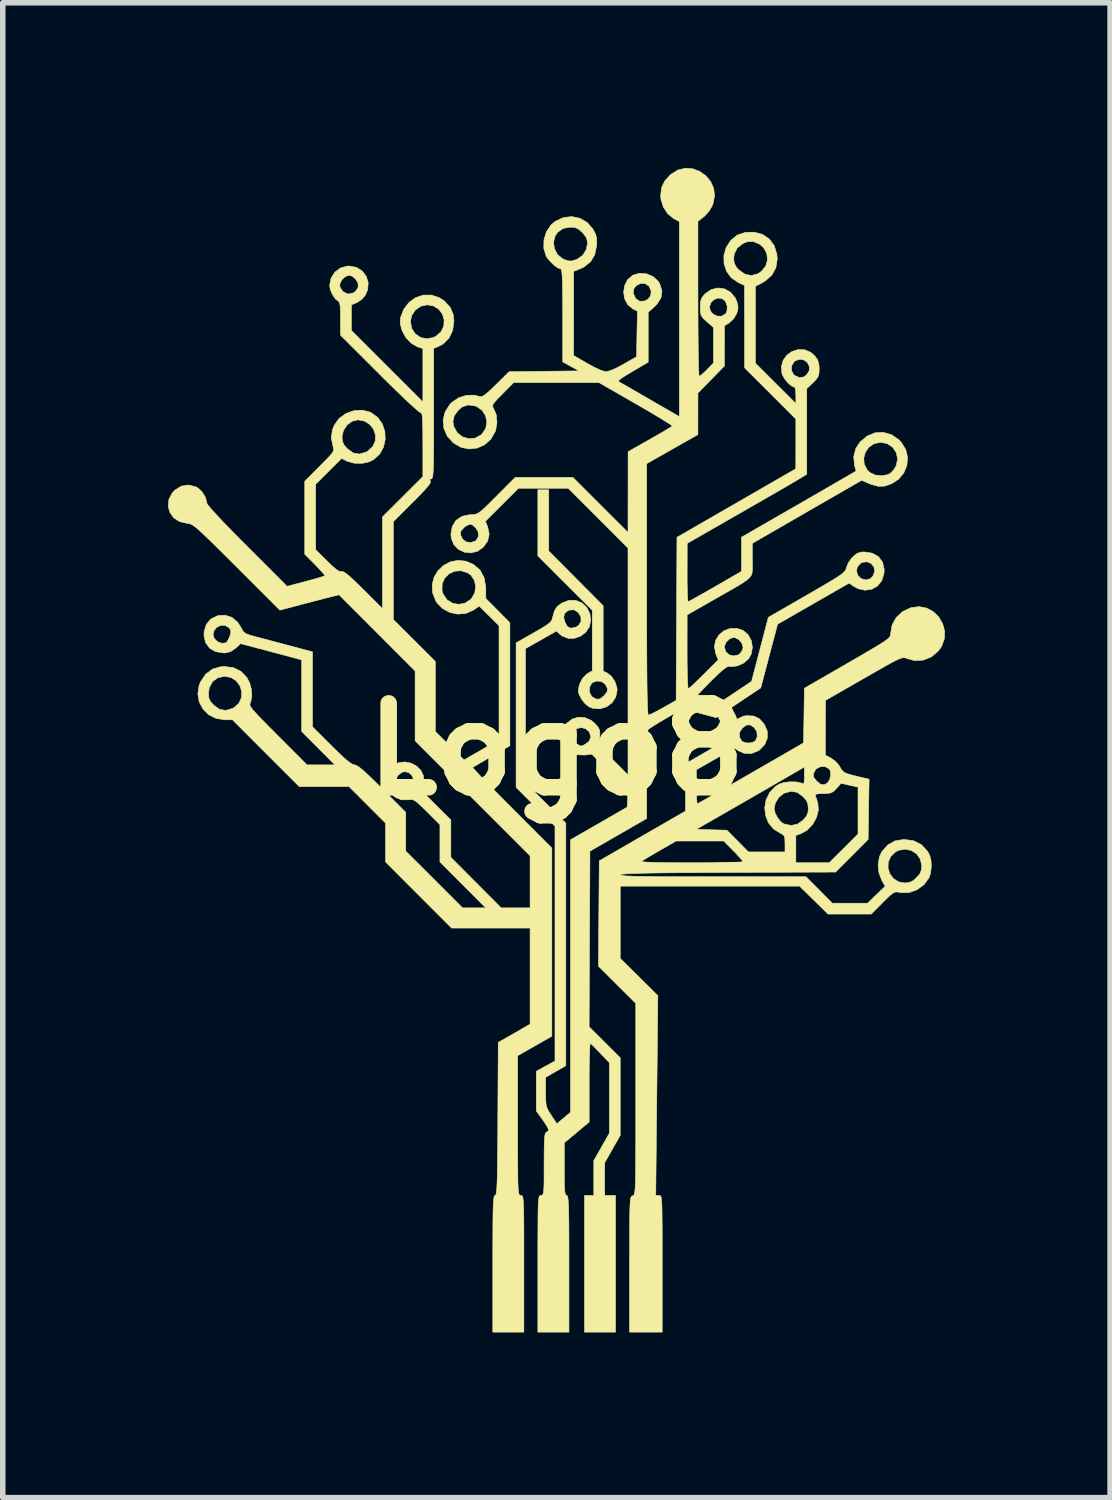
<source format=kicad_pcb>
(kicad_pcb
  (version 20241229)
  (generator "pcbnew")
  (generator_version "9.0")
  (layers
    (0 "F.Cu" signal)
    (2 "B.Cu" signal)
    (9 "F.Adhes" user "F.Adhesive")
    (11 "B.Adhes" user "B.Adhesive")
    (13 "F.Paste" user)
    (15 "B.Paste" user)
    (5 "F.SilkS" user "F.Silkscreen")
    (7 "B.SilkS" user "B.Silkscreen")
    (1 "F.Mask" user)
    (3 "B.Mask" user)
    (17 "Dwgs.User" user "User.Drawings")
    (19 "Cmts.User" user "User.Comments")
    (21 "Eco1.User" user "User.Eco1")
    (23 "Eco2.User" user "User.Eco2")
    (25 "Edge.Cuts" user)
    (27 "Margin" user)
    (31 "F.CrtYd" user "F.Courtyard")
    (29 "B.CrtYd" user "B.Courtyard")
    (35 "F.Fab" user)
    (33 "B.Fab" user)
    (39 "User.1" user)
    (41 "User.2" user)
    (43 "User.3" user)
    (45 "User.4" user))
  (footprint "Logo8"
    (layer "F.Cu")
    (at 7.056 10.557)
    (property "Reference" "Logo8" (at 0 0 0) (layer "F.SilkS") (effects (font (size 1.524 1.524) (thickness 0.3))))
    (attr through_hole)
    (fp_poly (pts (xy -0.141 -3.6) (xy 0.353 -3.104) (xy 0.847 -2.607) (xy 0.847 -1.42) (xy 0.917 -1.388) (xy 0.997 -1.326) (xy 1.061 -1.229) (xy 1.097 -1.119) (xy 1.101 -1.077) (xy 1.076 -0.95) (xy 1.008 -0.846) (xy 0.909 -0.772) (xy 0.791 -0.736) (xy 0.665 -0.743) (xy 0.594 -0.77) (xy 0.52 -0.827) (xy 0.453 -0.913) (xy 0.407 -1.004) (xy 0.395 -1.063) (xy 0.406 -1.124) (xy 0.598 -1.124) (xy 0.598 -1.038) (xy 0.636 -0.964) (xy 0.655 -0.947) (xy 0.729 -0.909) (xy 0.791 -0.916) (xy 0.86 -0.97) (xy 0.862 -0.972) (xy 0.918 -1.042) (xy 0.926 -1.104) (xy 0.889 -1.177) (xy 0.887 -1.179) (xy 0.822 -1.229) (xy 0.737 -1.241) (xy 0.657 -1.214) (xy 0.637 -1.197) (xy 0.598 -1.124) (xy 0.406 -1.124) (xy 0.416 -1.177) (xy 0.471 -1.285) (xy 0.546 -1.366) (xy 0.563 -1.376) (xy 0.649 -1.425) (xy 0.649 -1.976) (xy 0.649 -2.526) (xy -0.339 -3.513) (xy -0.339 -4.713) (xy -0.141 -4.713) (xy -0.141 -3.6)) (stroke (width 0.01) (type solid)) (fill yes) (layer "F.SilkS"))
    (fp_poly (pts (xy 6.724 -2.564) (xy 6.845 -2.497) (xy 6.943 -2.4) (xy 7.012 -2.28) (xy 7.048 -2.147) (xy 7.043 -2.008) (xy 6.994 -1.872) (xy 6.935 -1.787) (xy 6.805 -1.678) (xy 6.657 -1.619) (xy 6.5 -1.612) (xy 6.368 -1.648) (xy 6.339 -1.659) (xy 6.312 -1.664) (xy 6.279 -1.661) (xy 6.234 -1.647) (xy 6.171 -1.619) (xy 6.085 -1.575) (xy 5.97 -1.511) (xy 5.819 -1.425) (xy 5.626 -1.315) (xy 5.579 -1.288) (xy 4.884 -0.889) (xy 4.883 -0.391) (xy 4.882 0.107) (xy 4.986 0.161) (xy 5.068 0.221) (xy 5.134 0.299) (xy 5.14 0.31) (xy 5.172 0.366) (xy 5.205 0.404) (xy 5.252 0.432) (xy 5.325 0.457) (xy 5.437 0.486) (xy 5.47 0.494) (xy 5.676 0.543) (xy 5.667 1.09) (xy 5.659 1.636) (xy 5.363 1.933) (xy 5.067 2.229) (xy 3.122 2.236) (xy 2.727 2.238) (xy 2.385 2.24) (xy 2.093 2.242) (xy 1.848 2.245) (xy 1.646 2.248) (xy 1.484 2.252) (xy 1.36 2.256) (xy 1.269 2.261) (xy 1.208 2.266) (xy 1.174 2.273) (xy 1.164 2.279) (xy 1.172 2.287) (xy 1.204 2.293) (xy 1.263 2.299) (xy 1.354 2.303) (xy 1.478 2.307) (xy 1.641 2.309) (xy 1.845 2.312) (xy 2.094 2.313) (xy 2.391 2.314) (xy 2.741 2.314) (xy 2.842 2.314) (xy 4.531 2.314) (xy 4.77 2.554) (xy 5.008 2.794) (xy 5.649 2.794) (xy 5.968 2.488) (xy 5.905 2.376) (xy 5.854 2.24) (xy 5.846 2.157) (xy 6.02 2.157) (xy 6.053 2.261) (xy 6.119 2.349) (xy 6.215 2.408) (xy 6.325 2.427) (xy 6.41 2.418) (xy 6.48 2.382) (xy 6.536 2.331) (xy 6.6 2.257) (xy 6.627 2.186) (xy 6.632 2.12) (xy 6.608 1.998) (xy 6.542 1.902) (xy 6.447 1.838) (xy 6.334 1.813) (xy 6.216 1.833) (xy 6.159 1.861) (xy 6.07 1.945) (xy 6.024 2.047) (xy 6.02 2.157) (xy 5.846 2.157) (xy 5.84 2.091) (xy 5.864 1.95) (xy 5.906 1.86) (xy 6.017 1.736) (xy 6.149 1.662) (xy 6.307 1.637) (xy 6.313 1.637) (xy 6.483 1.66) (xy 6.622 1.729) (xy 6.732 1.846) (xy 6.773 1.916) (xy 6.8 2.012) (xy 6.806 2.133) (xy 6.791 2.254) (xy 6.763 2.334) (xy 6.672 2.458) (xy 6.548 2.549) (xy 6.406 2.6) (xy 6.261 2.604) (xy 6.233 2.599) (xy 6.185 2.59) (xy 6.146 2.593) (xy 6.104 2.614) (xy 6.049 2.66) (xy 5.97 2.736) (xy 5.923 2.783) (xy 5.716 2.992) (xy 4.931 2.992) (xy 4.413 2.484) (xy 1.157 2.484) (xy 1.157 3.797) (xy 1.499 4.135) (xy 1.84 4.473) (xy 1.821 6.287) (xy 1.802 8.1) (xy 1.861 8.1) (xy 1.875 8.101) (xy 1.886 8.107) (xy 1.896 8.123) (xy 1.903 8.154) (xy 1.909 8.205) (xy 1.913 8.281) (xy 1.916 8.387) (xy 1.917 8.527) (xy 1.919 8.707) (xy 1.919 8.931) (xy 1.919 9.205) (xy 1.919 9.342) (xy 1.919 10.583) (xy 1.326 10.583) (xy 1.326 9.353) (xy 1.327 9.058) (xy 1.327 8.814) (xy 1.328 8.616) (xy 1.329 8.46) (xy 1.332 8.34) (xy 1.336 8.252) (xy 1.341 8.19) (xy 1.347 8.15) (xy 1.356 8.127) (xy 1.367 8.114) (xy 1.38 8.109) (xy 1.383 8.108) (xy 1.394 8.104) (xy 1.404 8.095) (xy 1.413 8.078) (xy 1.419 8.048) (xy 1.425 8.001) (xy 1.429 7.932) (xy 1.433 7.838) (xy 1.435 7.715) (xy 1.437 7.557) (xy 1.438 7.362) (xy 1.439 7.125) (xy 1.439 6.841) (xy 1.439 6.507) (xy 1.439 6.353) (xy 1.439 4.613) (xy 0.761 3.937) (xy 0.776 2.037) (xy 1.54 2.037) (xy 1.56 2.042) (xy 1.631 2.048) (xy 1.745 2.052) (xy 1.897 2.056) (xy 2.081 2.058) (xy 2.289 2.06) (xy 2.45 2.06) (xy 2.673 2.06) (xy 2.878 2.058) (xy 3.057 2.055) (xy 3.203 2.052) (xy 3.311 2.048) (xy 3.373 2.043) (xy 3.387 2.04) (xy 3.368 2.012) (xy 3.318 1.955) (xy 3.247 1.878) (xy 3.211 1.842) (xy 3.036 1.665) (xy 2.172 1.665) (xy 1.869 1.839) (xy 1.75 1.908) (xy 1.649 1.968) (xy 1.576 2.013) (xy 1.54 2.036) (xy 1.54 2.037) (xy 0.776 2.037) (xy 0.776 2.025) (xy 1.559 1.573) (xy 1.767 1.453) (xy 2.536 1.453) (xy 2.815 1.461) (xy 3.094 1.469) (xy 3.289 1.666) (xy 3.484 1.863) (xy 4.149 1.863) (xy 4.149 1.711) (xy 4.146 1.621) (xy 4.133 1.571) (xy 4.125 1.564) (xy 4.346 1.564) (xy 4.346 2.06) (xy 4.952 2.06) (xy 5.214 1.8) (xy 5.475 1.539) (xy 5.475 0.686) (xy 5.321 0.652) (xy 5.167 0.617) (xy 5.083 0.711) (xy 5.029 0.766) (xy 4.976 0.793) (xy 4.903 0.803) (xy 4.842 0.804) (xy 4.752 0.807) (xy 4.708 0.817) (xy 4.699 0.837) (xy 4.702 0.847) (xy 4.722 0.903) (xy 4.745 0.979) (xy 4.746 0.98) (xy 4.755 1.107) (xy 4.72 1.24) (xy 4.65 1.365) (xy 4.552 1.467) (xy 4.443 1.529) (xy 4.346 1.564) (xy 4.125 1.564) (xy 4.102 1.542) (xy 4.067 1.525) (xy 3.939 1.445) (xy 3.848 1.333) (xy 3.796 1.201) (xy 3.783 1.078) (xy 3.951 1.078) (xy 3.971 1.162) (xy 4.02 1.252) (xy 4.084 1.326) (xy 4.128 1.354) (xy 4.26 1.383) (xy 4.377 1.358) (xy 4.476 1.287) (xy 4.539 1.213) (xy 4.567 1.143) (xy 4.572 1.072) (xy 4.563 0.986) (xy 4.529 0.917) (xy 4.476 0.858) (xy 4.371 0.782) (xy 4.259 0.762) (xy 4.136 0.796) (xy 4.12 0.805) (xy 4.034 0.876) (xy 3.973 0.977) (xy 3.951 1.078) (xy 3.783 1.078) (xy 3.781 1.058) (xy 3.806 0.916) (xy 3.869 0.786) (xy 3.972 0.677) (xy 4.045 0.631) (xy 4.13 0.603) (xy 4.24 0.59) (xy 4.351 0.592) (xy 4.437 0.61) (xy 4.449 0.615) (xy 4.478 0.626) (xy 4.494 0.612) (xy 4.5 0.56) (xy 4.501 0.483) (xy 4.501 0.447) (xy 4.663 0.447) (xy 4.67 0.508) (xy 4.724 0.578) (xy 4.726 0.58) (xy 4.799 0.637) (xy 4.862 0.644) (xy 4.916 0.614) (xy 4.96 0.552) (xy 4.979 0.469) (xy 4.971 0.391) (xy 4.95 0.354) (xy 4.877 0.315) (xy 4.791 0.316) (xy 4.717 0.354) (xy 4.701 0.373) (xy 4.663 0.447) (xy 4.501 0.447) (xy 4.501 0.321) (xy 3.895 0.672) (xy 3.699 0.785) (xy 3.495 0.903) (xy 3.295 1.018) (xy 3.111 1.124) (xy 2.959 1.211) (xy 2.912 1.238) (xy 2.536 1.453) (xy 1.767 1.453) (xy 2.342 1.122) (xy 2.342 0.261) (xy 3.117 -0.186) (xy 3.137 -0.301) (xy 3.319 -0.301) (xy 3.325 -0.216) (xy 3.365 -0.148) (xy 3.418 -0.121) (xy 3.495 -0.114) (xy 3.571 -0.129) (xy 3.613 -0.155) (xy 3.645 -0.234) (xy 3.637 -0.323) (xy 3.589 -0.397) (xy 3.585 -0.4) (xy 3.512 -0.444) (xy 3.447 -0.44) (xy 3.375 -0.386) (xy 3.37 -0.381) (xy 3.319 -0.301) (xy 3.137 -0.301) (xy 3.139 -0.311) (xy 3.186 -0.446) (xy 3.273 -0.545) (xy 3.393 -0.602) (xy 3.447 -0.611) (xy 3.579 -0.605) (xy 3.684 -0.555) (xy 3.774 -0.454) (xy 3.827 -0.33) (xy 3.828 -0.203) (xy 3.78 -0.085) (xy 3.686 0.012) (xy 3.66 0.029) (xy 3.533 0.078) (xy 3.404 0.071) (xy 3.314 0.031) (xy 3.226 -0.022) (xy 2.54 0.371) (xy 2.54 0.68) (xy 2.541 0.804) (xy 2.545 0.904) (xy 2.551 0.969) (xy 2.557 0.988) (xy 2.585 0.974) (xy 2.655 0.935) (xy 2.764 0.874) (xy 2.906 0.794) (xy 3.075 0.697) (xy 3.267 0.587) (xy 3.475 0.467) (xy 3.53 0.435) (xy 4.486 -0.117) (xy 4.501 -1.11) (xy 5.285 -1.562) (xy 5.501 -1.687) (xy 5.673 -1.788) (xy 5.806 -1.867) (xy 5.905 -1.928) (xy 5.976 -1.975) (xy 6.022 -2.011) (xy 6.049 -2.04) (xy 6.063 -2.065) (xy 6.067 -2.089) (xy 6.068 -2.109) (xy 6.094 -2.26) (xy 6.169 -2.394) (xy 6.285 -2.501) (xy 6.433 -2.571) (xy 6.433 -2.571) (xy 6.585 -2.591) (xy 6.724 -2.564)) (stroke (width 0.01) (type solid)) (fill yes) (layer "F.SilkS"))
    (fp_poly (pts (xy -3.635 -8.753) (xy -3.529 -8.686) (xy -3.455 -8.589) (xy -3.42 -8.472) (xy -3.43 -8.345) (xy -3.472 -8.246) (xy -3.537 -8.171) (xy -3.62 -8.115) (xy -3.627 -8.112) (xy -3.725 -8.071) (xy -3.725 -7.605) (xy -2.427 -6.308) (xy -2.427 -7.277) (xy -2.524 -7.309) (xy -2.636 -7.372) (xy -2.732 -7.473) (xy -2.802 -7.597) (xy -2.838 -7.728) (xy -2.836 -7.768) (xy -2.653 -7.768) (xy -2.629 -7.641) (xy -2.564 -7.543) (xy -2.469 -7.479) (xy -2.356 -7.455) (xy -2.236 -7.478) (xy -2.185 -7.504) (xy -2.094 -7.587) (xy -2.047 -7.689) (xy -2.041 -7.798) (xy -2.072 -7.902) (xy -2.137 -7.991) (xy -2.233 -8.051) (xy -2.347 -8.072) (xy -2.465 -8.046) (xy -2.564 -7.977) (xy -2.63 -7.877) (xy -2.653 -7.768) (xy -2.836 -7.768) (xy -2.833 -7.838) (xy -2.772 -7.995) (xy -2.676 -8.118) (xy -2.554 -8.204) (xy -2.416 -8.249) (xy -2.27 -8.249) (xy -2.127 -8.201) (xy -2.032 -8.138) (xy -1.927 -8.021) (xy -1.873 -7.886) (xy -1.863 -7.776) (xy -1.886 -7.607) (xy -1.953 -7.467) (xy -2.059 -7.361) (xy -2.152 -7.312) (xy -2.23 -7.283) (xy -2.23 -6.097) (xy -2.23 -5.806) (xy -2.23 -5.566) (xy -2.232 -5.373) (xy -2.234 -5.221) (xy -2.237 -5.107) (xy -2.241 -5.024) (xy -2.247 -4.967) (xy -2.254 -4.933) (xy -2.263 -4.916) (xy -2.274 -4.911) (xy -2.275 -4.911) (xy -2.305 -4.901) (xy -2.291 -4.874) (xy -2.288 -4.851) (xy -2.31 -4.81) (xy -2.361 -4.747) (xy -2.444 -4.657) (xy -2.563 -4.534) (xy -2.612 -4.486) (xy -2.963 -4.135) (xy -2.963 -2.356) (xy -2.201 -1.595) (xy -2.201 -0.323) (xy -1.94 -0.065) (xy -1.679 0.193) (xy -1.044 -0.174) (xy -1.044 -2.245) (xy -1.403 -2.601) (xy -1.51 -2.528) (xy -1.645 -2.468) (xy -1.793 -2.455) (xy -1.939 -2.486) (xy -2.071 -2.557) (xy -2.175 -2.666) (xy -2.193 -2.696) (xy -2.251 -2.845) (xy -2.253 -2.887) (xy -2.079 -2.887) (xy -2.059 -2.818) (xy -1.99 -2.717) (xy -1.892 -2.654) (xy -1.778 -2.633) (xy -1.663 -2.654) (xy -1.56 -2.721) (xy -1.545 -2.736) (xy -1.485 -2.84) (xy -1.468 -2.956) (xy -1.491 -3.068) (xy -1.553 -3.162) (xy -1.613 -3.205) (xy -1.736 -3.243) (xy -1.853 -3.234) (xy -1.954 -3.186) (xy -2.032 -3.107) (xy -2.077 -3.005) (xy -2.079 -2.887) (xy -2.253 -2.887) (xy -2.258 -2.99) (xy -2.223 -3.126) (xy -2.153 -3.244) (xy -2.053 -3.338) (xy -1.931 -3.403) (xy -1.794 -3.431) (xy -1.648 -3.417) (xy -1.504 -3.355) (xy -1.387 -3.252) (xy -1.314 -3.115) (xy -1.285 -2.943) (xy -1.285 -2.915) (xy -1.284 -2.739) (xy -1.065 -2.519) (xy -0.847 -2.299) (xy -0.847 -0.064) (xy -1.178 0.127) (xy -1.301 0.198) (xy -1.405 0.259) (xy -1.481 0.304) (xy -1.52 0.327) (xy -1.523 0.329) (xy -1.506 0.351) (xy -1.454 0.408) (xy -1.371 0.496) (xy -1.261 0.61) (xy -1.128 0.746) (xy -0.977 0.899) (xy -0.811 1.065) (xy -0.81 1.067) (xy -0.085 1.793) (xy -0.085 5.21) (xy -0.395 5.387) (xy -0.706 5.564) (xy -0.706 6.832) (xy -0.706 7.132) (xy -0.705 7.381) (xy -0.704 7.583) (xy -0.703 7.743) (xy -0.701 7.866) (xy -0.697 7.957) (xy -0.692 8.021) (xy -0.686 8.062) (xy -0.678 8.086) (xy -0.668 8.096) (xy -0.655 8.1) (xy -0.649 8.1) (xy -0.636 8.101) (xy -0.624 8.108) (xy -0.615 8.126) (xy -0.608 8.159) (xy -0.603 8.213) (xy -0.599 8.292) (xy -0.596 8.402) (xy -0.594 8.547) (xy -0.593 8.732) (xy -0.593 8.962) (xy -0.593 9.243) (xy -0.593 9.342) (xy -0.593 10.583) (xy -1.157 10.583) (xy -1.157 9.342) (xy -1.157 9.041) (xy -1.156 8.792) (xy -1.155 8.591) (xy -1.153 8.431) (xy -1.15 8.31) (xy -1.145 8.221) (xy -1.14 8.16) (xy -1.133 8.123) (xy -1.124 8.104) (xy -1.115 8.1) (xy -1.105 8.094) (xy -1.097 8.074) (xy -1.09 8.035) (xy -1.085 7.973) (xy -1.08 7.883) (xy -1.076 7.761) (xy -1.073 7.603) (xy -1.071 7.403) (xy -1.068 7.158) (xy -1.066 6.863) (xy -1.066 6.711) (xy -1.058 5.322) (xy -0.769 5.157) (xy -0.48 4.991) (xy -0.48 3.246) (xy -1.905 3.246) (xy -3.104 2.046) (xy -3.104 1.341) (xy -3.767 0.677) (xy -4.671 0.677) (xy -5.278 0.071) (xy -5.884 -0.536) (xy -6.021 -0.536) (xy -6.181 -0.561) (xy -6.316 -0.629) (xy -6.42 -0.732) (xy -6.488 -0.86) (xy -6.513 -1.005) (xy -6.511 -1.02) (xy -6.321 -1.02) (xy -6.314 -0.933) (xy -6.283 -0.866) (xy -6.226 -0.802) (xy -6.119 -0.726) (xy -6.006 -0.706) (xy -5.885 -0.742) (xy -5.852 -0.76) (xy -5.765 -0.841) (xy -5.721 -0.941) (xy -5.717 -1.049) (xy -5.749 -1.153) (xy -5.814 -1.242) (xy -5.909 -1.304) (xy -6.026 -1.326) (xy -6.148 -1.301) (xy -6.244 -1.232) (xy -6.304 -1.126) (xy -6.321 -1.02) (xy -6.511 -1.02) (xy -6.491 -1.157) (xy -6.463 -1.228) (xy -6.369 -1.366) (xy -6.244 -1.458) (xy -6.091 -1.501) (xy -6.031 -1.504) (xy -5.867 -1.483) (xy -5.733 -1.417) (xy -5.627 -1.31) (xy -5.573 -1.208) (xy -5.54 -1.085) (xy -5.533 -0.962) (xy -5.553 -0.86) (xy -5.56 -0.847) (xy -5.568 -0.826) (xy -5.567 -0.801) (xy -5.552 -0.769) (xy -5.52 -0.725) (xy -5.465 -0.662) (xy -5.385 -0.577) (xy -5.274 -0.464) (xy -5.129 -0.318) (xy -5.062 -0.25) (xy -4.53 0.282) (xy -4.023 0.282) (xy -4.326 -0.022) (xy -4.628 -0.325) (xy -4.628 -1.624) (xy -5.182 -1.772) (xy -5.736 -1.919) (xy -5.832 -1.834) (xy -5.921 -1.773) (xy -6.013 -1.751) (xy -6.042 -1.75) (xy -6.188 -1.773) (xy -6.3 -1.837) (xy -6.373 -1.939) (xy -6.402 -2.07) (xy -6.401 -2.082) (xy -6.237 -2.082) (xy -6.213 -2.01) (xy -6.155 -1.954) (xy -6.08 -1.925) (xy -6.007 -1.933) (xy -5.995 -1.941) (xy -5.966 -1.98) (xy -5.935 -2.048) (xy -5.931 -2.058) (xy -5.913 -2.13) (xy -5.923 -2.177) (xy -5.945 -2.206) (xy -6.017 -2.251) (xy -6.098 -2.251) (xy -6.172 -2.215) (xy -6.223 -2.149) (xy -6.237 -2.082) (xy -6.401 -2.082) (xy -6.399 -2.137) (xy -6.359 -2.27) (xy -6.276 -2.367) (xy -6.151 -2.427) (xy -6.145 -2.429) (xy -6.017 -2.436) (xy -5.894 -2.394) (xy -5.791 -2.309) (xy -5.735 -2.221) (xy -5.692 -2.145) (xy -5.643 -2.101) (xy -5.563 -2.072) (xy -5.542 -2.066) (xy -5.469 -2.046) (xy -5.354 -2.016) (xy -5.208 -1.977) (xy -5.045 -1.934) (xy -4.918 -1.9) (xy -4.431 -1.77) (xy -4.431 -0.408) (xy -4.085 -0.063) (xy -3.945 0.074) (xy -3.838 0.173) (xy -3.76 0.237) (xy -3.703 0.273) (xy -3.668 0.282) (xy -3.633 0.293) (xy -3.58 0.327) (xy -3.505 0.388) (xy -3.404 0.481) (xy -3.272 0.609) (xy -3.168 0.713) (xy -2.738 1.144) (xy -2.738 1.496) (xy -2.738 1.849) (xy -2.222 2.364) (xy -1.707 2.879) (xy -1.285 2.879) (xy -1.701 2.462) (xy -2.117 2.045) (xy -2.117 1.368) (xy -2.352 1.133) (xy -2.454 1.033) (xy -2.525 0.968) (xy -2.576 0.93) (xy -2.617 0.914) (xy -2.656 0.913) (xy -2.686 0.917) (xy -2.816 0.917) (xy -2.929 0.871) (xy -3.02 0.79) (xy -3.08 0.685) (xy -3.096 0.602) (xy -2.924 0.602) (xy -2.894 0.67) (xy -2.835 0.716) (xy -2.758 0.732) (xy -2.679 0.71) (xy -2.648 0.687) (xy -2.603 0.617) (xy -2.599 0.539) (xy -2.63 0.469) (xy -2.686 0.42) (xy -2.76 0.406) (xy -2.81 0.419) (xy -2.876 0.47) (xy -2.911 0.521) (xy -2.924 0.602) (xy -3.096 0.602) (xy -3.103 0.566) (xy -3.081 0.443) (xy -3.057 0.394) (xy -2.973 0.297) (xy -2.87 0.244) (xy -2.758 0.229) (xy -2.646 0.25) (xy -2.545 0.301) (xy -2.465 0.38) (xy -2.416 0.481) (xy -2.408 0.601) (xy -2.418 0.651) (xy -2.446 0.758) (xy -2.183 1.02) (xy -1.919 1.283) (xy -1.919 1.961) (xy -1.462 2.42) (xy -1.005 2.879) (xy -0.48 2.879) (xy -0.48 1.933) (xy -1.524 0.889) (xy -2.568 -0.155) (xy -2.568 -1.423) (xy -3.948 -2.806) (xy -4.126 -2.762) (xy -4.224 -2.737) (xy -4.359 -2.702) (xy -4.512 -2.662) (xy -4.664 -2.622) (xy -5.024 -2.527) (xy -5.81 -3.313) (xy -6.009 -3.511) (xy -6.172 -3.673) (xy -6.303 -3.802) (xy -6.407 -3.902) (xy -6.489 -3.977) (xy -6.551 -4.031) (xy -6.599 -4.066) (xy -6.637 -4.088) (xy -6.669 -4.099) (xy -6.698 -4.103) (xy -6.71 -4.104) (xy -6.845 -4.134) (xy -6.95 -4.203) (xy -7.02 -4.3) (xy -7.051 -4.413) (xy -7.04 -4.534) (xy -6.982 -4.649) (xy -6.931 -4.706) (xy -6.813 -4.779) (xy -6.683 -4.8) (xy -6.551 -4.767) (xy -6.517 -4.75) (xy -6.441 -4.681) (xy -6.38 -4.584) (xy -6.351 -4.485) (xy -6.35 -4.469) (xy -6.33 -4.436) (xy -6.273 -4.367) (xy -6.183 -4.267) (xy -6.062 -4.138) (xy -5.915 -3.985) (xy -5.744 -3.811) (xy -5.621 -3.688) (xy -4.893 -2.96) (xy -4.556 -3.049) (xy -4.426 -3.084) (xy -4.317 -3.115) (xy -4.241 -3.138) (xy -4.207 -3.15) (xy -4.207 -3.151) (xy -4.22 -3.174) (xy -4.265 -3.228) (xy -4.335 -3.303) (xy -4.383 -3.353) (xy -4.572 -3.543) (xy -4.572 -4.867) (xy -4.3 -5.14) (xy -4.192 -5.25) (xy -4.118 -5.327) (xy -4.072 -5.382) (xy -4.051 -5.422) (xy -4.047 -5.455) (xy -4.055 -5.49) (xy -4.06 -5.505) (xy -4.09 -5.654) (xy -4.087 -5.673) (xy -3.895 -5.673) (xy -3.886 -5.586) (xy -3.852 -5.518) (xy -3.799 -5.458) (xy -3.692 -5.382) (xy -3.579 -5.362) (xy -3.457 -5.398) (xy -3.425 -5.417) (xy -3.336 -5.498) (xy -3.292 -5.598) (xy -3.288 -5.705) (xy -3.321 -5.809) (xy -3.388 -5.897) (xy -3.483 -5.959) (xy -3.605 -5.983) (xy -3.608 -5.983) (xy -3.713 -5.957) (xy -3.804 -5.889) (xy -3.869 -5.791) (xy -3.895 -5.678) (xy -3.895 -5.673) (xy -4.087 -5.673) (xy -4.07 -5.799) (xy -4.033 -5.89) (xy -3.946 -6.01) (xy -3.823 -6.098) (xy -3.679 -6.15) (xy -3.528 -6.159) (xy -3.385 -6.123) (xy -3.365 -6.113) (xy -3.244 -6.023) (xy -3.161 -5.904) (xy -3.117 -5.768) (xy -3.111 -5.625) (xy -3.142 -5.486) (xy -3.211 -5.362) (xy -3.316 -5.265) (xy -3.401 -5.221) (xy -3.533 -5.192) (xy -3.676 -5.196) (xy -3.801 -5.231) (xy -3.811 -5.236) (xy -3.902 -5.283) (xy -4.138 -5.048) (xy -4.374 -4.813) (xy -4.374 -3.625) (xy -4.165 -3.417) (xy -4.061 -3.318) (xy -3.987 -3.257) (xy -3.937 -3.229) (xy -3.906 -3.229) (xy -3.877 -3.227) (xy -3.831 -3.2) (xy -3.763 -3.146) (xy -3.669 -3.059) (xy -3.542 -2.935) (xy -3.508 -2.901) (xy -3.161 -2.555) (xy -3.161 -4.22) (xy -2.794 -4.586) (xy -2.427 -4.952) (xy -2.427 -5.54) (xy -2.428 -5.751) (xy -2.431 -5.91) (xy -2.436 -6.02) (xy -2.444 -6.085) (xy -2.455 -6.109) (xy -2.459 -6.108) (xy -2.486 -6.123) (xy -2.549 -6.174) (xy -2.644 -6.26) (xy -2.768 -6.375) (xy -2.916 -6.518) (xy -3.085 -6.684) (xy -3.206 -6.805) (xy -3.923 -7.521) (xy -3.923 -7.821) (xy -3.924 -7.961) (xy -3.93 -8.053) (xy -3.94 -8.108) (xy -3.957 -8.134) (xy -3.965 -8.138) (xy -4.017 -8.181) (xy -4.068 -8.257) (xy -4.107 -8.346) (xy -4.116 -8.399) (xy -3.935 -8.399) (xy -3.885 -8.317) (xy -3.804 -8.273) (xy -3.768 -8.269) (xy -3.696 -8.286) (xy -3.663 -8.304) (xy -3.617 -8.361) (xy -3.601 -8.399) (xy -3.606 -8.468) (xy -3.648 -8.539) (xy -3.711 -8.592) (xy -3.768 -8.608) (xy -3.837 -8.584) (xy -3.898 -8.527) (xy -3.934 -8.454) (xy -3.935 -8.399) (xy -4.116 -8.399) (xy -4.12 -8.42) (xy -4.095 -8.554) (xy -4.025 -8.665) (xy -3.921 -8.742) (xy -3.791 -8.776) (xy -3.768 -8.777) (xy -3.635 -8.753)) (stroke (width 0.01) (type solid)) (fill yes) (layer "F.SilkS"))
    (fp_poly (pts (xy 2.473 -10.542) (xy 2.6 -10.495) (xy 2.711 -10.416) (xy 2.798 -10.312) (xy 2.854 -10.187) (xy 2.87 -10.047) (xy 2.84 -9.899) (xy 2.828 -9.871) (xy 2.771 -9.775) (xy 2.695 -9.688) (xy 2.67 -9.667) (xy 2.568 -9.589) (xy 2.568 -8.181) (xy 2.569 -7.905) (xy 2.57 -7.647) (xy 2.572 -7.412) (xy 2.574 -7.206) (xy 2.578 -7.034) (xy 2.581 -6.901) (xy 2.585 -6.813) (xy 2.59 -6.775) (xy 2.591 -6.773) (xy 2.621 -6.792) (xy 2.676 -6.84) (xy 2.732 -6.894) (xy 2.85 -7.015) (xy 2.85 -7.661) (xy 2.731 -7.764) (xy 2.662 -7.827) (xy 2.626 -7.879) (xy 2.612 -7.943) (xy 2.611 -8.025) (xy 2.611 -8.031) (xy 2.777 -8.031) (xy 2.796 -7.959) (xy 2.846 -7.901) (xy 2.916 -7.867) (xy 2.993 -7.865) (xy 3.064 -7.903) (xy 3.077 -7.918) (xy 3.096 -7.97) (xy 3.1 -8.046) (xy 3.099 -8.048) (xy 3.069 -8.134) (xy 3.008 -8.184) (xy 2.931 -8.195) (xy 2.853 -8.163) (xy 2.802 -8.109) (xy 2.777 -8.031) (xy 2.611 -8.031) (xy 2.615 -8.123) (xy 2.632 -8.188) (xy 2.673 -8.244) (xy 2.699 -8.272) (xy 2.811 -8.349) (xy 2.934 -8.378) (xy 3.055 -8.36) (xy 3.163 -8.298) (xy 3.246 -8.197) (xy 3.272 -8.137) (xy 3.295 -8.053) (xy 3.294 -7.987) (xy 3.271 -7.913) (xy 3.215 -7.817) (xy 3.14 -7.747) (xy 3.05 -7.691) (xy 3.049 -7.326) (xy 3.048 -6.96) (xy 2.808 -6.715) (xy 2.568 -6.47) (xy 2.568 -6.093) (xy 2.567 -5.715) (xy 2.102 -5.451) (xy 1.637 -5.187) (xy 1.637 -2.904) (xy 1.637 -2.458) (xy 1.638 -2.066) (xy 1.639 -1.726) (xy 1.641 -1.436) (xy 1.643 -1.194) (xy 1.646 -0.997) (xy 1.65 -0.844) (xy 1.654 -0.733) (xy 1.659 -0.661) (xy 1.665 -0.625) (xy 1.668 -0.621) (xy 1.705 -0.634) (xy 1.778 -0.67) (xy 1.875 -0.721) (xy 1.936 -0.755) (xy 2.172 -0.889) (xy 2.18 -2.37) (xy 2.187 -3.85) (xy 4.345 -5.094) (xy 4.346 -5.546) (xy 4.346 -5.998) (xy 3.881 -6.463) (xy 3.415 -6.928) (xy 3.413 -8.424) (xy 3.302 -8.476) (xy 3.175 -8.562) (xy 3.088 -8.68) (xy 3.042 -8.819) (xy 3.04 -8.909) (xy 3.217 -8.909) (xy 3.228 -8.825) (xy 3.267 -8.754) (xy 3.313 -8.704) (xy 3.423 -8.627) (xy 3.54 -8.604) (xy 3.657 -8.636) (xy 3.722 -8.68) (xy 3.8 -8.778) (xy 3.831 -8.892) (xy 3.817 -9.008) (xy 3.759 -9.112) (xy 3.685 -9.175) (xy 3.571 -9.222) (xy 3.46 -9.216) (xy 3.387 -9.186) (xy 3.283 -9.106) (xy 3.228 -8.998) (xy 3.217 -8.909) (xy 3.04 -8.909) (xy 3.039 -8.967) (xy 3.081 -9.114) (xy 3.163 -9.241) (xy 3.284 -9.339) (xy 3.431 -9.388) (xy 3.586 -9.391) (xy 3.74 -9.351) (xy 3.865 -9.266) (xy 3.954 -9.144) (xy 4.001 -8.991) (xy 4.008 -8.905) (xy 3.984 -8.747) (xy 3.912 -8.614) (xy 3.79 -8.505) (xy 3.704 -8.455) (xy 3.612 -8.409) (xy 3.612 -7.012) (xy 3.979 -6.646) (xy 4.346 -6.28) (xy 4.346 -6.428) (xy 4.342 -6.511) (xy 4.33 -6.564) (xy 4.32 -6.576) (xy 4.268 -6.598) (xy 4.204 -6.653) (xy 4.143 -6.726) (xy 4.102 -6.799) (xy 4.095 -6.817) (xy 4.089 -6.88) (xy 4.266 -6.88) (xy 4.304 -6.806) (xy 4.324 -6.789) (xy 4.414 -6.749) (xy 4.495 -6.764) (xy 4.544 -6.802) (xy 4.59 -6.878) (xy 4.591 -6.954) (xy 4.557 -7.021) (xy 4.498 -7.068) (xy 4.423 -7.084) (xy 4.344 -7.06) (xy 4.313 -7.037) (xy 4.269 -6.964) (xy 4.266 -6.88) (xy 4.089 -6.88) (xy 4.083 -6.949) (xy 4.116 -7.065) (xy 4.184 -7.158) (xy 4.278 -7.225) (xy 4.388 -7.259) (xy 4.504 -7.256) (xy 4.615 -7.21) (xy 4.697 -7.137) (xy 4.745 -7.064) (xy 4.766 -6.98) (xy 4.77 -6.908) (xy 4.765 -6.82) (xy 4.745 -6.758) (xy 4.699 -6.699) (xy 4.657 -6.657) (xy 4.544 -6.55) (xy 4.544 -4.995) (xy 4.418 -4.918) (xy 4.366 -4.886) (xy 4.271 -4.831) (xy 4.139 -4.754) (xy 3.977 -4.66) (xy 3.79 -4.553) (xy 3.586 -4.435) (xy 3.37 -4.311) (xy 3.333 -4.29) (xy 2.373 -3.739) (xy 2.372 -3.21) (xy 2.372 -3.044) (xy 2.375 -2.9) (xy 2.378 -2.785) (xy 2.383 -2.71) (xy 2.388 -2.681) (xy 2.388 -2.681) (xy 2.417 -2.695) (xy 2.487 -2.732) (xy 2.59 -2.79) (xy 2.719 -2.862) (xy 2.865 -2.946) (xy 2.882 -2.956) (xy 3.358 -3.231) (xy 3.359 -3.542) (xy 3.359 -3.852) (xy 4.043 -4.246) (xy 4.245 -4.362) (xy 4.452 -4.481) (xy 4.653 -4.597) (xy 4.836 -4.703) (xy 4.99 -4.792) (xy 5.083 -4.846) (xy 5.439 -5.052) (xy 5.411 -5.159) (xy 5.399 -5.288) (xy 5.579 -5.288) (xy 5.588 -5.178) (xy 5.641 -5.075) (xy 5.692 -5.025) (xy 5.786 -4.981) (xy 5.902 -4.968) (xy 6.013 -4.987) (xy 6.064 -5.013) (xy 6.121 -5.072) (xy 6.168 -5.15) (xy 6.169 -5.152) (xy 6.194 -5.275) (xy 6.169 -5.39) (xy 6.104 -5.486) (xy 6.006 -5.551) (xy 5.885 -5.574) (xy 5.766 -5.55) (xy 5.672 -5.487) (xy 5.608 -5.395) (xy 5.579 -5.288) (xy 5.399 -5.288) (xy 5.396 -5.316) (xy 5.436 -5.465) (xy 5.511 -5.579) (xy 5.641 -5.689) (xy 5.785 -5.748) (xy 5.936 -5.756) (xy 6.084 -5.713) (xy 6.219 -5.619) (xy 6.257 -5.579) (xy 6.341 -5.445) (xy 6.375 -5.3) (xy 6.362 -5.154) (xy 6.305 -5.017) (xy 6.207 -4.901) (xy 6.085 -4.824) (xy 5.959 -4.78) (xy 5.843 -4.776) (xy 5.715 -4.811) (xy 5.675 -4.827) (xy 5.541 -4.885) (xy 4.548 -4.313) (xy 3.556 -3.74) (xy 3.556 -3.438) (xy 3.557 -3.345) (xy 3.558 -3.271) (xy 3.553 -3.212) (xy 3.537 -3.162) (xy 3.504 -3.116) (xy 3.451 -3.069) (xy 3.37 -3.014) (xy 3.258 -2.947) (xy 3.109 -2.862) (xy 2.918 -2.754) (xy 2.886 -2.735) (xy 2.372 -2.441) (xy 2.371 -1.771) (xy 2.372 -1.583) (xy 2.374 -1.416) (xy 2.378 -1.276) (xy 2.383 -1.173) (xy 2.388 -1.113) (xy 2.392 -1.101) (xy 2.419 -1.12) (xy 2.478 -1.171) (xy 2.559 -1.249) (xy 2.656 -1.344) (xy 2.675 -1.362) (xy 2.936 -1.624) (xy 2.891 -1.737) (xy 2.868 -1.858) (xy 3.048 -1.858) (xy 3.072 -1.775) (xy 3.132 -1.718) (xy 3.212 -1.696) (xy 3.296 -1.713) (xy 3.335 -1.74) (xy 3.376 -1.803) (xy 3.387 -1.853) (xy 3.364 -1.929) (xy 3.307 -1.995) (xy 3.235 -2.03) (xy 3.217 -2.032) (xy 3.146 -2.008) (xy 3.083 -1.949) (xy 3.05 -1.876) (xy 3.048 -1.858) (xy 2.868 -1.858) (xy 2.867 -1.864) (xy 2.89 -1.981) (xy 2.952 -2.08) (xy 3.043 -2.154) (xy 3.156 -2.195) (xy 3.28 -2.195) (xy 3.388 -2.159) (xy 3.479 -2.082) (xy 3.537 -1.974) (xy 3.557 -1.852) (xy 3.536 -1.731) (xy 3.485 -1.641) (xy 3.397 -1.566) (xy 3.29 -1.517) (xy 3.185 -1.501) (xy 3.151 -1.506) (xy 3.12 -1.506) (xy 3.079 -1.487) (xy 3.022 -1.445) (xy 2.943 -1.373) (xy 2.834 -1.268) (xy 2.78 -1.214) (xy 2.675 -1.107) (xy 2.587 -1.015) (xy 2.523 -0.944) (xy 2.489 -0.902) (xy 2.485 -0.894) (xy 2.517 -0.882) (xy 2.588 -0.86) (xy 2.683 -0.834) (xy 2.684 -0.834) (xy 2.871 -0.784) (xy 3.206 -1.009) (xy 3.542 -1.234) (xy 3.846 -2.396) (xy 4.546 -2.8) (xy 4.749 -2.917) (xy 4.909 -3.011) (xy 5.031 -3.084) (xy 5.12 -3.141) (xy 5.182 -3.184) (xy 5.222 -3.219) (xy 5.234 -3.234) (xy 5.448 -3.234) (xy 5.472 -3.158) (xy 5.529 -3.101) (xy 5.615 -3.076) (xy 5.62 -3.076) (xy 5.702 -3.1) (xy 5.747 -3.149) (xy 5.778 -3.235) (xy 5.763 -3.314) (xy 5.713 -3.375) (xy 5.641 -3.405) (xy 5.556 -3.396) (xy 5.52 -3.377) (xy 5.462 -3.312) (xy 5.448 -3.234) (xy 5.234 -3.234) (xy 5.246 -3.248) (xy 5.258 -3.276) (xy 5.264 -3.3) (xy 5.297 -3.383) (xy 5.356 -3.469) (xy 5.376 -3.49) (xy 5.45 -3.553) (xy 5.522 -3.58) (xy 5.587 -3.584) (xy 5.734 -3.562) (xy 5.847 -3.498) (xy 5.921 -3.397) (xy 5.95 -3.266) (xy 5.947 -3.197) (xy 5.908 -3.066) (xy 5.831 -2.968) (xy 5.726 -2.908) (xy 5.604 -2.889) (xy 5.476 -2.917) (xy 5.389 -2.965) (xy 5.313 -3.018) (xy 4.663 -2.645) (xy 4.014 -2.272) (xy 3.861 -1.693) (xy 3.708 -1.115) (xy 2.898 -0.575) (xy 2.594 -0.657) (xy 2.291 -0.739) (xy 1.985 -0.561) (xy 1.866 -0.491) (xy 1.766 -0.429) (xy 1.693 -0.382) (xy 1.659 -0.355) (xy 1.658 -0.354) (xy 1.653 -0.319) (xy 1.648 -0.235) (xy 1.644 -0.11) (xy 1.641 0.049) (xy 1.638 0.235) (xy 1.637 0.44) (xy 1.637 0.466) (xy 1.637 1.256) (xy 1.122 1.553) (xy 0.607 1.849) (xy 0.599 3.444) (xy 0.592 5.038) (xy 0.875 5.32) (xy 1.157 5.601) (xy 1.157 7.01) (xy 1.016 7.258) (xy 0.875 7.507) (xy 0.875 8.1) (xy 1.072 8.1) (xy 1.072 10.583) (xy 0.508 10.583) (xy 0.508 8.1) (xy 0.677 8.1) (xy 0.677 7.468) (xy 0.818 7.22) (xy 0.96 6.971) (xy 0.96 5.692) (xy 0.797 5.52) (xy 0.72 5.44) (xy 0.658 5.377) (xy 0.619 5.342) (xy 0.614 5.339) (xy 0.608 5.363) (xy 0.603 5.437) (xy 0.599 5.552) (xy 0.595 5.701) (xy 0.593 5.878) (xy 0.593 6.049) (xy 0.593 6.768) (xy 0.141 7.145) (xy 0.141 7.622) (xy 0.142 7.8) (xy 0.144 7.928) (xy 0.149 8.015) (xy 0.157 8.067) (xy 0.168 8.093) (xy 0.183 8.1) (xy 0.194 8.105) (xy 0.202 8.125) (xy 0.209 8.164) (xy 0.214 8.226) (xy 0.219 8.317) (xy 0.222 8.441) (xy 0.224 8.603) (xy 0.225 8.808) (xy 0.226 9.06) (xy 0.226 9.342) (xy 0.226 10.583) (xy -0.339 10.583) (xy -0.339 9.342) (xy -0.339 9.045) (xy -0.338 8.799) (xy -0.337 8.601) (xy -0.336 8.444) (xy -0.334 8.323) (xy -0.33 8.235) (xy -0.325 8.174) (xy -0.318 8.134) (xy -0.31 8.112) (xy -0.299 8.102) (xy -0.287 8.1) (xy -0.282 8.1) (xy -0.263 8.098) (xy -0.249 8.086) (xy -0.239 8.058) (xy -0.232 8.006) (xy -0.228 7.923) (xy -0.226 7.802) (xy -0.226 7.635) (xy -0.226 7.534) (xy -0.225 7.338) (xy -0.223 7.191) (xy -0.219 7.087) (xy -0.213 7.017) (xy -0.203 6.976) (xy -0.19 6.956) (xy -0.183 6.953) (xy -0.152 6.934) (xy -0.146 6.903) (xy -0.169 6.851) (xy -0.223 6.768) (xy -0.254 6.724) (xy -0.367 6.567) (xy -0.367 5.846) (xy -0.198 5.753) (xy -0.028 5.66) (xy -0.028 1.396) (xy -0.734 0.692) (xy -0.734 -0.62) (xy -0.734 -1.933) (xy -0.412 -2.117) (xy -0.279 -2.193) (xy -0.188 -2.25) (xy -0.129 -2.293) (xy -0.095 -2.33) (xy -0.078 -2.368) (xy -0.073 -2.388) (xy 0.131 -2.388) (xy 0.157 -2.301) (xy 0.195 -2.232) (xy 0.242 -2.204) (xy 0.273 -2.201) (xy 0.351 -2.219) (xy 0.4 -2.248) (xy 0.445 -2.322) (xy 0.442 -2.408) (xy 0.395 -2.484) (xy 0.319 -2.534) (xy 0.236 -2.529) (xy 0.199 -2.513) (xy 0.142 -2.461) (xy 0.131 -2.388) (xy -0.073 -2.388) (xy -0.07 -2.398) (xy -0.039 -2.512) (xy 0.01 -2.59) (xy 0.091 -2.653) (xy 0.094 -2.654) (xy 0.222 -2.705) (xy 0.348 -2.705) (xy 0.46 -2.66) (xy 0.549 -2.577) (xy 0.606 -2.46) (xy 0.621 -2.346) (xy 0.597 -2.225) (xy 0.531 -2.127) (xy 0.437 -2.055) (xy 0.326 -2.016) (xy 0.21 -2.016) (xy 0.1 -2.059) (xy 0.061 -2.09) (xy -0.001 -2.148) (xy -0.283 -1.988) (xy -0.564 -1.828) (xy -0.564 0.608) (xy -0.198 0.974) (xy 0.169 1.34) (xy 0.169 5.745) (xy -0.198 5.956) (xy -0.198 6.224) (xy -0.197 6.351) (xy -0.191 6.438) (xy -0.176 6.503) (xy -0.149 6.562) (xy -0.104 6.633) (xy -0.096 6.646) (xy 0.006 6.799) (xy 0.13 6.696) (xy 0.254 6.592) (xy 0.254 1.642) (xy 0.769 1.346) (xy 1.284 1.049) (xy 1.292 0.85) (xy 1.295 0.743) (xy 1.289 0.683) (xy 1.274 0.663) (xy 1.264 0.664) (xy 1.232 0.65) (xy 1.168 0.601) (xy 1.08 0.524) (xy 0.975 0.425) (xy 0.934 0.383) (xy 0.64 0.088) (xy 0.508 0.104) (xy 0.361 0.098) (xy 0.241 0.048) (xy 0.155 -0.042) (xy 0.109 -0.166) (xy 0.103 -0.236) (xy 0.107 -0.253) (xy 0.283 -0.253) (xy 0.297 -0.178) (xy 0.346 -0.11) (xy 0.43 -0.063) (xy 0.446 -0.059) (xy 0.475 -0.068) (xy 0.517 -0.089) (xy 0.59 -0.143) (xy 0.619 -0.212) (xy 0.62 -0.238) (xy 0.596 -0.315) (xy 0.533 -0.373) (xy 0.449 -0.395) (xy 0.359 -0.375) (xy 0.303 -0.323) (xy 0.283 -0.253) (xy 0.107 -0.253) (xy 0.127 -0.37) (xy 0.19 -0.475) (xy 0.283 -0.548) (xy 0.395 -0.583) (xy 0.514 -0.576) (xy 0.631 -0.525) (xy 0.702 -0.464) (xy 0.757 -0.398) (xy 0.784 -0.342) (xy 0.788 -0.271) (xy 0.784 -0.21) (xy 0.772 -0.06) (xy 1.035 0.202) (xy 1.298 0.465) (xy 1.298 -3.654) (xy 0.755 -4.198) (xy 0.212 -4.741) (xy -0.691 -4.741) (xy -1.292 -4.141) (xy -1.251 -4.042) (xy -1.223 -3.909) (xy -1.25 -3.783) (xy -1.329 -3.671) (xy -1.437 -3.596) (xy -1.556 -3.567) (xy -1.674 -3.58) (xy -1.78 -3.631) (xy -1.862 -3.715) (xy -1.91 -3.827) (xy -1.917 -3.891) (xy -1.743 -3.891) (xy -1.706 -3.816) (xy -1.641 -3.767) (xy -1.556 -3.755) (xy -1.476 -3.781) (xy -1.455 -3.798) (xy -1.415 -3.873) (xy -1.426 -3.958) (xy -1.472 -4.027) (xy -1.533 -4.079) (xy -1.588 -4.086) (xy -1.656 -4.048) (xy -1.675 -4.034) (xy -1.737 -3.965) (xy -1.743 -3.891) (xy -1.917 -3.891) (xy -1.918 -3.904) (xy -1.893 -4.048) (xy -1.825 -4.158) (xy -1.717 -4.231) (xy -1.575 -4.261) (xy -1.552 -4.261) (xy -1.504 -4.263) (xy -1.463 -4.27) (xy -1.42 -4.29) (xy -1.369 -4.327) (xy -1.301 -4.388) (xy -1.209 -4.478) (xy -1.087 -4.6) (xy -0.749 -4.939) (xy 0.296 -4.939) (xy 0.797 -4.438) (xy 1.298 -3.938) (xy 1.299 -4.671) (xy 1.3 -5.405) (xy 1.696 -5.629) (xy 1.83 -5.706) (xy 1.947 -5.773) (xy 2.036 -5.827) (xy 2.09 -5.861) (xy 2.103 -5.87) (xy 2.082 -5.888) (xy 2.018 -5.93) (xy 1.918 -5.993) (xy 1.787 -6.072) (xy 1.632 -6.164) (xy 1.458 -6.265) (xy 1.442 -6.274) (xy 0.77 -6.66) (xy -0.778 -6.66) (xy -0.981 -6.455) (xy -1.073 -6.362) (xy -1.13 -6.299) (xy -1.157 -6.256) (xy -1.162 -6.226) (xy -1.149 -6.197) (xy -1.144 -6.191) (xy -1.094 -6.076) (xy -1.081 -5.938) (xy -1.104 -5.797) (xy -1.113 -5.772) (xy -1.193 -5.632) (xy -1.306 -5.531) (xy -1.441 -5.471) (xy -1.588 -5.454) (xy -1.736 -5.484) (xy -1.873 -5.564) (xy -1.875 -5.566) (xy -1.985 -5.689) (xy -2.046 -5.83) (xy -2.057 -5.952) (xy -1.881 -5.952) (xy -1.863 -5.856) (xy -1.801 -5.747) (xy -1.708 -5.674) (xy -1.597 -5.641) (xy -1.482 -5.65) (xy -1.375 -5.706) (xy -1.352 -5.727) (xy -1.285 -5.829) (xy -1.265 -5.944) (xy -1.288 -6.057) (xy -1.351 -6.156) (xy -1.451 -6.226) (xy -1.479 -6.236) (xy -1.604 -6.254) (xy -1.712 -6.219) (xy -1.786 -6.157) (xy -1.859 -6.055) (xy -1.881 -5.952) (xy -2.057 -5.952) (xy -2.059 -5.98) (xy -2.023 -6.128) (xy -1.937 -6.262) (xy -1.901 -6.299) (xy -1.776 -6.384) (xy -1.631 -6.429) (xy -1.485 -6.431) (xy -1.397 -6.407) (xy -1.366 -6.404) (xy -1.326 -6.42) (xy -1.269 -6.462) (xy -1.188 -6.535) (xy -1.101 -6.62) (xy -0.861 -6.857) (xy 0.409 -6.872) (xy 0.261 -6.954) (xy 0.113 -7.036) (xy 0.113 -7.878) (xy 0.112 -8.137) (xy 0.11 -8.344) (xy 0.107 -8.501) (xy 0.101 -8.613) (xy 0.094 -8.684) (xy 0.085 -8.717) (xy 0.08 -8.721) (xy 0.026 -8.741) (xy -0.045 -8.792) (xy -0.117 -8.861) (xy -0.174 -8.932) (xy -0.187 -8.953) (xy -0.231 -9.095) (xy -0.229 -9.209) (xy -0.054 -9.209) (xy -0.038 -9.091) (xy 0.017 -8.986) (xy 0.106 -8.911) (xy 0.122 -8.903) (xy 0.207 -8.871) (xy 0.273 -8.867) (xy 0.35 -8.89) (xy 0.38 -8.902) (xy 0.476 -8.971) (xy 0.541 -9.076) (xy 0.564 -9.202) (xy 0.545 -9.286) (xy 0.483 -9.372) (xy 0.468 -9.387) (xy 0.396 -9.449) (xy 0.328 -9.477) (xy 0.25 -9.482) (xy 0.119 -9.459) (xy 0.021 -9.39) (xy -0.025 -9.322) (xy -0.054 -9.209) (xy -0.229 -9.209) (xy -0.229 -9.248) (xy -0.185 -9.394) (xy -0.102 -9.52) (xy -0.024 -9.587) (xy 0.125 -9.656) (xy 0.278 -9.674) (xy 0.426 -9.643) (xy 0.557 -9.566) (xy 0.662 -9.446) (xy 0.667 -9.437) (xy 0.711 -9.351) (xy 0.73 -9.273) (xy 0.73 -9.174) (xy 0.728 -9.146) (xy 0.694 -8.981) (xy 0.618 -8.853) (xy 0.497 -8.758) (xy 0.439 -8.731) (xy 0.311 -8.678) (xy 0.311 -7.915) (xy 0.31 -7.152) (xy 0.562 -7.005) (xy 0.693 -6.934) (xy 0.804 -6.884) (xy 0.883 -6.859) (xy 0.899 -6.858) (xy 0.965 -6.873) (xy 1.065 -6.913) (xy 1.184 -6.974) (xy 1.218 -6.994) (xy 1.453 -7.129) (xy 1.461 -7.543) (xy 1.469 -7.956) (xy 1.384 -8) (xy 1.292 -8.076) (xy 1.237 -8.181) (xy 1.221 -8.287) (xy 1.393 -8.287) (xy 1.396 -8.274) (xy 1.44 -8.182) (xy 1.511 -8.136) (xy 1.598 -8.141) (xy 1.659 -8.172) (xy 1.71 -8.238) (xy 1.718 -8.322) (xy 1.684 -8.404) (xy 1.675 -8.415) (xy 1.605 -8.458) (xy 1.526 -8.459) (xy 1.454 -8.426) (xy 1.405 -8.366) (xy 1.393 -8.287) (xy 1.221 -8.287) (xy 1.219 -8.301) (xy 1.237 -8.421) (xy 1.291 -8.528) (xy 1.382 -8.607) (xy 1.387 -8.61) (xy 1.507 -8.645) (xy 1.635 -8.635) (xy 1.754 -8.584) (xy 1.847 -8.499) (xy 1.876 -8.45) (xy 1.914 -8.32) (xy 1.897 -8.199) (xy 1.825 -8.085) (xy 1.779 -8.039) (xy 1.665 -7.937) (xy 1.665 -7.03) (xy 1.379 -6.863) (xy 1.258 -6.79) (xy 1.18 -6.74) (xy 1.139 -6.707) (xy 1.128 -6.685) (xy 1.142 -6.669) (xy 1.149 -6.665) (xy 1.189 -6.642) (xy 1.271 -6.596) (xy 1.384 -6.531) (xy 1.522 -6.451) (xy 1.676 -6.362) (xy 1.717 -6.338) (xy 2.23 -6.042) (xy 2.23 -9.583) (xy 2.129 -9.637) (xy 2.019 -9.726) (xy 1.938 -9.851) (xy 1.895 -9.995) (xy 1.891 -10.058) (xy 1.908 -10.201) (xy 1.966 -10.322) (xy 2.071 -10.436) (xy 2.072 -10.437) (xy 2.202 -10.519) (xy 2.338 -10.552) (xy 2.473 -10.542)) (stroke (width 0.01) (type solid)) (fill yes) (layer "F.SilkS")))
  (gr_rect
    (start -3 -3)
    (end 17.108 24.145)
    (stroke (width 0.1) (type default))
    (fill no)
    (layer "Edge.Cuts")))
</source>
